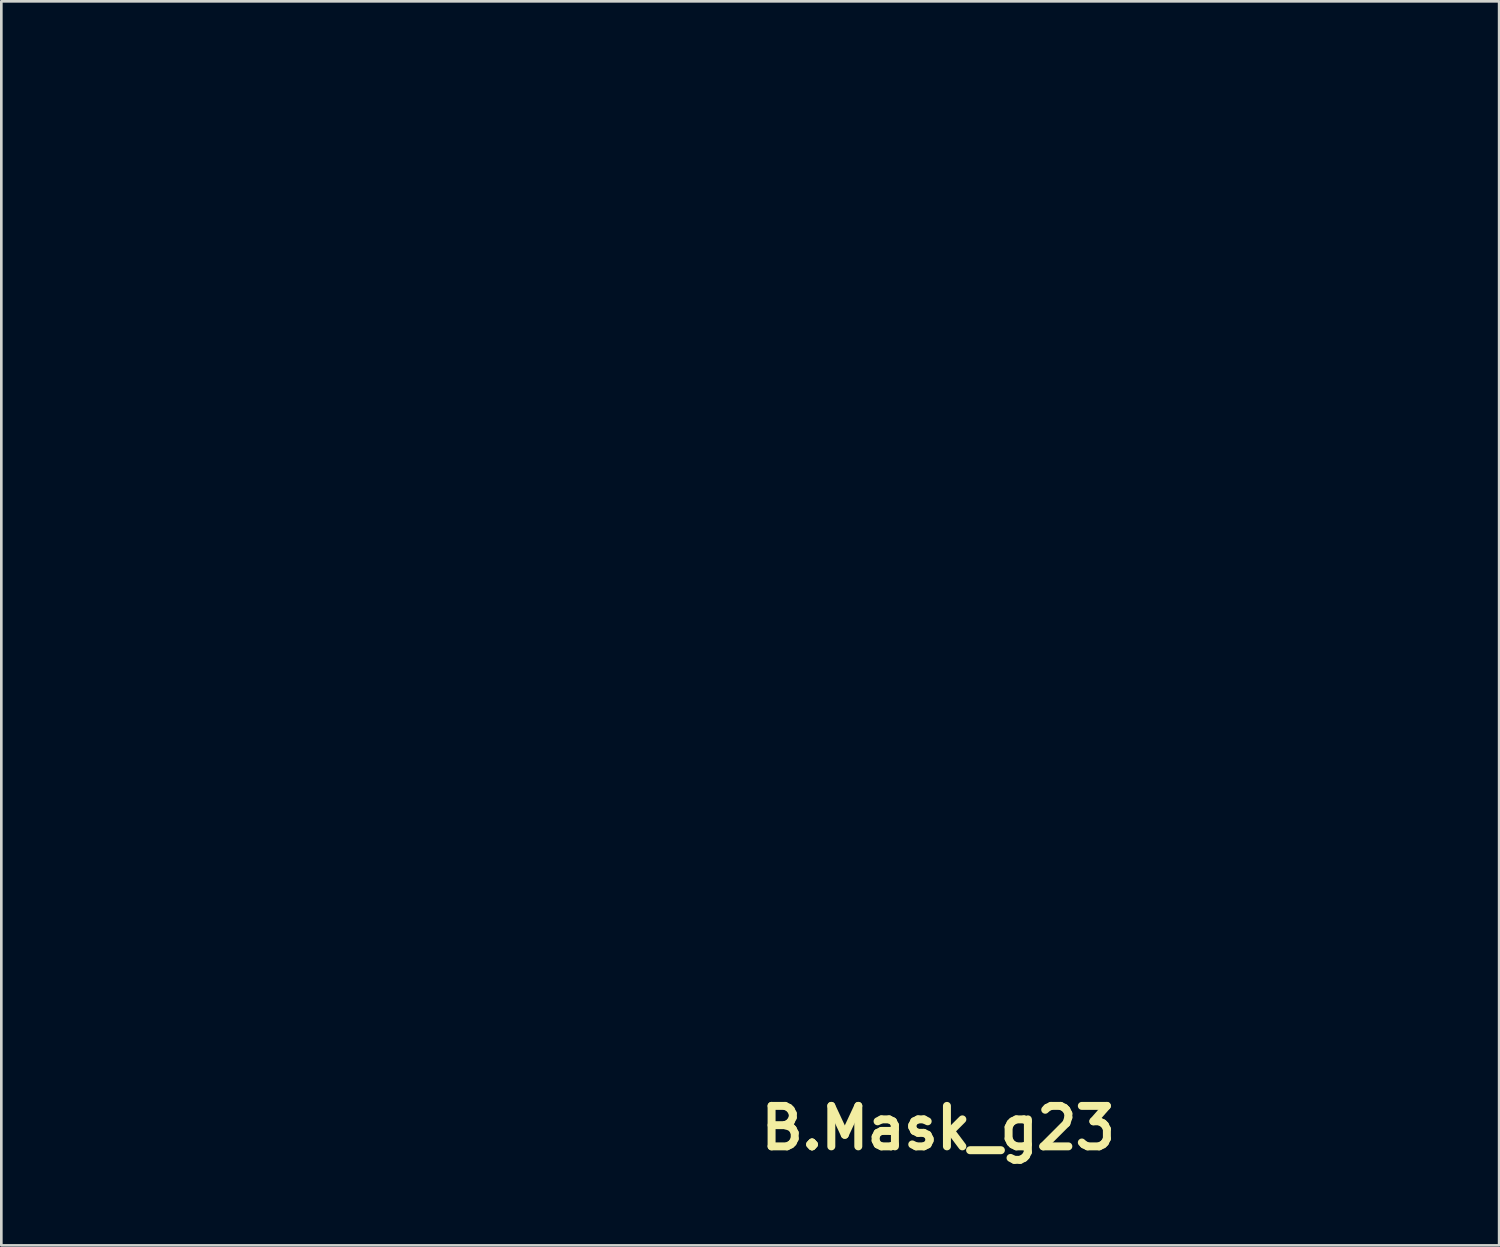
<source format=kicad_pcb>
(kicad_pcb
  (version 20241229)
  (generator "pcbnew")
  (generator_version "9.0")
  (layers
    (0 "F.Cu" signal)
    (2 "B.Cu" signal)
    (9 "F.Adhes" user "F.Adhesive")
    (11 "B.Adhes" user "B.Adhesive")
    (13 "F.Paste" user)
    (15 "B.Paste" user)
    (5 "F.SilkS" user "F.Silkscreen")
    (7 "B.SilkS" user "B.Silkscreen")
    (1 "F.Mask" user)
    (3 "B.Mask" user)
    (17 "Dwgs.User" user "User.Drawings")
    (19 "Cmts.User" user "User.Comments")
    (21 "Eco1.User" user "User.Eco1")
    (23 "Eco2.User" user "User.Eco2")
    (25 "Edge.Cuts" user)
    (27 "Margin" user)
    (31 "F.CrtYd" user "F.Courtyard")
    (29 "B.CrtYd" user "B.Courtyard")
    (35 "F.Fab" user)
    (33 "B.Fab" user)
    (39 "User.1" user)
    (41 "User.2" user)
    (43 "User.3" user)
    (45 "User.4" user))
  (footprint "B.Mask_g23"
    (layer "F.Cu")
    (at 32.285 39.432)
    (property "Reference" "B.Mask_g23" (at 0 0 0) (layer "F.SilkS") (effects (font (size 1.524 1.524) (thickness 0.3))))
    (attr through_hole)
    (fp_poly (pts (xy -24.783 -29.688) (xy -24.69 -29.685) (xy -24.618 -29.68) (xy -24.557 -29.669) (xy -24.495 -29.653) (xy -24.423 -29.63) (xy -24.403 -29.622) (xy -24.211 -29.546) (xy -24.047 -29.456) (xy -23.897 -29.344) (xy -23.773 -29.229) (xy -23.611 -29.046) (xy -23.482 -28.852) (xy -23.385 -28.643) (xy -23.316 -28.415) (xy -23.276 -28.162) (xy -23.261 -27.88) (xy -23.261 -27.849) (xy -23.277 -27.547) (xy -23.326 -27.265) (xy -23.41 -26.995) (xy -23.422 -26.963) (xy -23.558 -26.669) (xy -23.722 -26.4) (xy -23.912 -26.157) (xy -24.125 -25.943) (xy -24.357 -25.76) (xy -24.607 -25.612) (xy -24.872 -25.5) (xy -24.999 -25.461) (xy -25.144 -25.432) (xy -25.308 -25.414) (xy -25.475 -25.408) (xy -25.633 -25.414) (xy -25.766 -25.433) (xy -25.766 -25.433) (xy -26.015 -25.509) (xy -26.24 -25.619) (xy -26.441 -25.764) (xy -26.617 -25.941) (xy -26.767 -26.151) (xy -26.892 -26.393) (xy -26.986 -26.653) (xy -27.019 -26.801) (xy -27.043 -26.978) (xy -27.055 -27.168) (xy -27.055 -27.36) (xy -27.043 -27.541) (xy -27.027 -27.655) (xy -26.948 -27.979) (xy -26.832 -28.287) (xy -26.683 -28.573) (xy -26.502 -28.835) (xy -26.354 -29.005) (xy -26.118 -29.225) (xy -25.869 -29.406) (xy -25.605 -29.547) (xy -25.424 -29.618) (xy -25.343 -29.646) (xy -25.278 -29.665) (xy -25.216 -29.677) (xy -25.149 -29.684) (xy -25.064 -29.687) (xy -24.951 -29.688) (xy -24.907 -29.688) (xy -24.783 -29.688)) (stroke (width 0.01) (type solid)) (fill yes) (layer "B.Mask"))
    (fp_poly (pts (xy -24.367 -33.027) (xy -23.948 -32.987) (xy -23.54 -32.907) (xy -23.145 -32.79) (xy -22.767 -32.635) (xy -22.408 -32.445) (xy -22.068 -32.219) (xy -21.752 -31.959) (xy -21.46 -31.666) (xy -21.399 -31.598) (xy -21.135 -31.26) (xy -20.902 -30.895) (xy -20.701 -30.505) (xy -20.534 -30.094) (xy -20.401 -29.663) (xy -20.304 -29.214) (xy -20.272 -29.008) (xy -20.253 -28.832) (xy -20.238 -28.628) (xy -20.228 -28.408) (xy -20.224 -28.185) (xy -20.225 -27.972) (xy -20.231 -27.78) (xy -20.238 -27.686) (xy -20.286 -27.263) (xy -20.357 -26.859) (xy -20.453 -26.468) (xy -20.577 -26.081) (xy -20.731 -25.689) (xy -20.917 -25.285) (xy -20.965 -25.19) (xy -21.217 -24.736) (xy -21.5 -24.31) (xy -21.813 -23.912) (xy -22.156 -23.544) (xy -22.529 -23.205) (xy -22.931 -22.897) (xy -23.093 -22.787) (xy -23.351 -22.626) (xy -23.625 -22.473) (xy -23.899 -22.336) (xy -24.061 -22.264) (xy -24.267 -22.176) (xy -24.052 -22.15) (xy -23.669 -22.098) (xy -23.289 -22.033) (xy -22.917 -21.957) (xy -22.559 -21.872) (xy -22.219 -21.778) (xy -21.904 -21.679) (xy -21.619 -21.574) (xy -21.369 -21.465) (xy -21.32 -21.442) (xy -21.053 -21.293) (xy -20.824 -21.134) (xy -20.636 -20.965) (xy -20.488 -20.787) (xy -20.38 -20.599) (xy -20.313 -20.402) (xy -20.287 -20.197) (xy -20.299 -19.994) (xy -20.34 -19.827) (xy -20.409 -19.652) (xy -20.5 -19.485) (xy -20.606 -19.337) (xy -20.669 -19.267) (xy -20.828 -19.132) (xy -21.007 -19.019) (xy -21.209 -18.927) (xy -21.436 -18.855) (xy -21.692 -18.803) (xy -21.978 -18.77) (xy -22.298 -18.755) (xy -22.62 -18.757) (xy -22.786 -18.763) (xy -22.944 -18.77) (xy -23.1 -18.78) (xy -23.261 -18.793) (xy -23.432 -18.81) (xy -23.618 -18.832) (xy -23.826 -18.858) (xy -24.063 -18.89) (xy -24.332 -18.929) (xy -24.425 -18.942) (xy -24.75 -18.989) (xy -25.037 -19.03) (xy -25.289 -19.066) (xy -25.509 -19.096) (xy -25.701 -19.121) (xy -25.869 -19.142) (xy -26.014 -19.158) (xy -26.142 -19.171) (xy -26.254 -19.18) (xy -26.355 -19.186) (xy -26.447 -19.189) (xy -26.535 -19.19) (xy -26.62 -19.189) (xy -26.707 -19.185) (xy -26.711 -19.185) (xy -26.901 -19.171) (xy -27.055 -19.146) (xy -27.178 -19.108) (xy -27.275 -19.056) (xy -27.352 -18.988) (xy -27.387 -18.942) (xy -27.425 -18.848) (xy -27.434 -18.725) (xy -27.412 -18.574) (xy -27.36 -18.396) (xy -27.307 -18.257) (xy -27.272 -18.182) (xy -27.238 -18.124) (xy -27.211 -18.094) (xy -27.207 -18.093) (xy -27.177 -18.086) (xy -27.112 -18.073) (xy -27.019 -18.056) (xy -26.903 -18.034) (xy -26.771 -18.011) (xy -26.7 -17.998) (xy -26.334 -17.932) (xy -26.006 -17.873) (xy -25.716 -17.821) (xy -25.46 -17.775) (xy -25.238 -17.734) (xy -25.046 -17.699) (xy -24.883 -17.669) (xy -24.746 -17.643) (xy -24.633 -17.622) (xy -24.543 -17.604) (xy -24.473 -17.589) (xy -24.421 -17.578) (xy -24.385 -17.569) (xy -24.367 -17.564) (xy -24.197 -17.487) (xy -24.049 -17.378) (xy -23.926 -17.241) (xy -23.831 -17.082) (xy -23.769 -16.906) (xy -23.743 -16.719) (xy -23.743 -16.69) (xy -23.746 -16.648) (xy -23.756 -16.572) (xy -23.773 -16.459) (xy -23.797 -16.311) (xy -23.827 -16.127) (xy -23.865 -15.905) (xy -23.909 -15.646) (xy -23.961 -15.348) (xy -24.02 -15.012) (xy -24.087 -14.636) (xy -24.161 -14.22) (xy -24.243 -13.764) (xy -24.267 -13.631) (xy -24.791 -10.72) (xy -24.893 -10.462) (xy -24.935 -10.358) (xy -24.974 -10.261) (xy -25.006 -10.182) (xy -25.028 -10.131) (xy -25.029 -10.128) (xy -25.063 -10.052) (xy -24.807 -9.916) (xy -24.199 -9.614) (xy -23.583 -9.351) (xy -22.96 -9.127) (xy -22.331 -8.941) (xy -21.698 -8.795) (xy -21.062 -8.689) (xy -20.426 -8.622) (xy -19.791 -8.595) (xy -19.157 -8.609) (xy -18.528 -8.662) (xy -17.904 -8.756) (xy -17.287 -8.89) (xy -17.037 -8.957) (xy -16.739 -9.045) (xy -16.453 -9.139) (xy -16.172 -9.241) (xy -15.89 -9.355) (xy -15.599 -9.482) (xy -15.295 -9.626) (xy -14.969 -9.789) (xy -14.619 -9.973) (xy -14.205 -10.192) (xy -13.817 -10.39) (xy -13.45 -10.571) (xy -13.095 -10.738) (xy -12.745 -10.894) (xy -12.394 -11.043) (xy -12.155 -11.141) (xy -11.585 -11.356) (xy -11.032 -11.54) (xy -10.497 -11.692) (xy -9.982 -11.811) (xy -9.486 -11.898) (xy -9.011 -11.954) (xy -8.557 -11.976) (xy -8.126 -11.967) (xy -7.717 -11.925) (xy -7.333 -11.85) (xy -6.972 -11.743) (xy -6.638 -11.603) (xy -6.599 -11.584) (xy -6.295 -11.409) (xy -6.019 -11.204) (xy -5.772 -10.971) (xy -5.556 -10.711) (xy -5.374 -10.426) (xy -5.346 -10.374) (xy -5.27 -10.23) (xy -5.125 -10.227) (xy -4.962 -10.205) (xy -4.815 -10.147) (xy -4.688 -10.06) (xy -4.584 -9.948) (xy -4.506 -9.816) (xy -4.457 -9.67) (xy -4.441 -9.513) (xy -4.461 -9.352) (xy -4.488 -9.264) (xy -4.557 -9.135) (xy -4.657 -9.018) (xy -4.777 -8.924) (xy -4.88 -8.872) (xy -5.018 -8.839) (xy -5.168 -8.832) (xy -5.315 -8.852) (xy -5.444 -8.898) (xy -5.554 -8.972) (xy -5.658 -9.073) (xy -5.741 -9.185) (xy -5.773 -9.245) (xy -5.818 -9.397) (xy -5.827 -9.555) (xy -5.801 -9.712) (xy -5.742 -9.859) (xy -5.654 -9.989) (xy -5.548 -10.087) (xy -5.452 -10.156) (xy -5.518 -10.274) (xy -5.704 -10.563) (xy -5.919 -10.824) (xy -6.161 -11.054) (xy -6.43 -11.252) (xy -6.688 -11.399) (xy -7.008 -11.536) (xy -7.355 -11.642) (xy -7.727 -11.715) (xy -8.124 -11.757) (xy -8.544 -11.767) (xy -8.987 -11.745) (xy -9.452 -11.691) (xy -9.937 -11.606) (xy -10.443 -11.489) (xy -10.968 -11.34) (xy -11.339 -11.22) (xy -11.721 -11.084) (xy -12.111 -10.933) (xy -12.512 -10.766) (xy -12.929 -10.581) (xy -13.364 -10.377) (xy -13.821 -10.152) (xy -14.305 -9.903) (xy -14.745 -9.67) (xy -14.887 -9.594) (xy -15.036 -9.517) (xy -15.181 -9.444) (xy -15.311 -9.38) (xy -15.417 -9.329) (xy -15.437 -9.32) (xy -16.056 -9.064) (xy -16.681 -8.848) (xy -17.312 -8.674) (xy -17.948 -8.542) (xy -18.589 -8.45) (xy -19.234 -8.401) (xy -19.882 -8.392) (xy -20.533 -8.426) (xy -21.186 -8.5) (xy -21.84 -8.617) (xy -22.494 -8.775) (xy -23.124 -8.966) (xy -23.471 -9.087) (xy -23.791 -9.209) (xy -24.1 -9.339) (xy -24.412 -9.483) (xy -24.707 -9.628) (xy -24.832 -9.692) (xy -24.944 -9.748) (xy -25.038 -9.795) (xy -25.108 -9.829) (xy -25.149 -9.849) (xy -25.159 -9.852) (xy -25.188 -9.803) (xy -25.237 -9.728) (xy -25.3 -9.636) (xy -25.372 -9.534) (xy -25.448 -9.43) (xy -25.521 -9.332) (xy -25.586 -9.249) (xy -25.638 -9.187) (xy -25.905 -8.913) (xy -26.201 -8.669) (xy -26.52 -8.456) (xy -26.859 -8.275) (xy -27.215 -8.128) (xy -27.582 -8.018) (xy -27.959 -7.945) (xy -28.339 -7.912) (xy -28.509 -7.91) (xy -28.607 -7.913) (xy -28.696 -7.916) (xy -28.763 -7.919) (xy -28.787 -7.921) (xy -28.972 -7.945) (xy -29.127 -7.969) (xy -29.266 -7.996) (xy -29.396 -8.026) (xy -29.772 -8.142) (xy -30.131 -8.294) (xy -30.471 -8.482) (xy -30.788 -8.702) (xy -31.081 -8.954) (xy -31.347 -9.234) (xy -31.585 -9.54) (xy -31.791 -9.872) (xy -31.965 -10.225) (xy -32.066 -10.49) (xy -32.151 -10.762) (xy -32.212 -11.029) (xy -32.253 -11.302) (xy -32.275 -11.593) (xy -32.28 -11.842) (xy -32.28 -12.15) (xy -31.755 -15.066) (xy -31.68 -15.482) (xy -31.612 -15.859) (xy -31.551 -16.199) (xy -31.496 -16.504) (xy -31.446 -16.775) (xy -31.402 -17.016) (xy -31.362 -17.228) (xy -31.327 -17.414) (xy -31.295 -17.574) (xy -31.266 -17.712) (xy -31.241 -17.829) (xy -31.217 -17.928) (xy -31.195 -18.01) (xy -31.175 -18.078) (xy -31.155 -18.133) (xy -31.136 -18.178) (xy -31.117 -18.215) (xy -31.097 -18.246) (xy -31.076 -18.273) (xy -31.053 -18.297) (xy -31.028 -18.322) (xy -31.001 -18.349) (xy -30.991 -18.359) (xy -30.889 -18.448) (xy -30.777 -18.522) (xy -30.744 -18.539) (xy -30.638 -18.58) (xy -30.519 -18.613) (xy -30.402 -18.634) (xy -30.301 -18.64) (xy -30.259 -18.636) (xy -30.227 -18.631) (xy -30.158 -18.618) (xy -30.055 -18.6) (xy -29.921 -18.576) (xy -29.761 -18.547) (xy -29.578 -18.513) (xy -29.376 -18.477) (xy -29.158 -18.437) (xy -28.928 -18.395) (xy -28.867 -18.384) (xy -28.636 -18.342) (xy -28.417 -18.303) (xy -28.214 -18.266) (xy -28.029 -18.233) (xy -27.867 -18.204) (xy -27.731 -18.18) (xy -27.624 -18.161) (xy -27.551 -18.149) (xy -27.514 -18.143) (xy -27.511 -18.143) (xy -27.497 -18.151) (xy -27.5 -18.18) (xy -27.52 -18.237) (xy -27.531 -18.263) (xy -27.6 -18.468) (xy -27.634 -18.655) (xy -27.632 -18.822) (xy -27.594 -18.97) (xy -27.569 -19.023) (xy -27.504 -19.118) (xy -27.417 -19.198) (xy -27.308 -19.263) (xy -27.175 -19.314) (xy -27.015 -19.35) (xy -26.826 -19.372) (xy -26.608 -19.38) (xy -26.357 -19.375) (xy -26.073 -19.356) (xy -25.753 -19.323) (xy -25.395 -19.278) (xy -25.306 -19.265) (xy -25.19 -19.248) (xy -25.042 -19.227) (xy -24.871 -19.203) (xy -24.687 -19.176) (xy -24.499 -19.149) (xy -24.315 -19.122) (xy -24.299 -19.12) (xy -23.892 -19.064) (xy -23.523 -19.018) (xy -23.188 -18.983) (xy -22.885 -18.959) (xy -22.61 -18.945) (xy -22.36 -18.941) (xy -22.133 -18.948) (xy -21.924 -18.965) (xy -21.732 -18.991) (xy -21.553 -19.028) (xy -21.522 -19.036) (xy -21.283 -19.11) (xy -21.08 -19.204) (xy -20.908 -19.32) (xy -20.764 -19.461) (xy -20.646 -19.629) (xy -20.601 -19.713) (xy -20.502 -19.911) (xy -20.502 -20.154) (xy -20.503 -20.261) (xy -20.506 -20.337) (xy -20.515 -20.395) (xy -20.53 -20.446) (xy -20.554 -20.502) (xy -20.573 -20.542) (xy -20.646 -20.661) (xy -20.748 -20.788) (xy -20.87 -20.912) (xy -21.004 -21.023) (xy -21.079 -21.077) (xy -21.318 -21.216) (xy -21.597 -21.347) (xy -21.915 -21.469) (xy -22.269 -21.583) (xy -22.659 -21.687) (xy -23.083 -21.782) (xy -23.54 -21.866) (xy -24.029 -21.94) (xy -24.447 -21.992) (xy -24.566 -22.005) (xy -24.655 -22.013) (xy -24.725 -22.015) (xy -24.787 -22.012) (xy -24.853 -22.002) (xy -24.933 -21.987) (xy -24.951 -21.983) (xy -25.138 -21.948) (xy -25.303 -21.922) (xy -25.46 -21.905) (xy -25.623 -21.895) (xy -25.807 -21.891) (xy -25.903 -21.89) (xy -26.07 -21.892) (xy -26.207 -21.896) (xy -26.327 -21.905) (xy -26.442 -21.918) (xy -26.562 -21.937) (xy -26.977 -22.03) (xy -27.374 -22.16) (xy -27.751 -22.326) (xy -28.107 -22.529) (xy -28.442 -22.767) (xy -28.752 -23.038) (xy -29.05 -23.355) (xy -29.314 -23.696) (xy -29.543 -24.061) (xy -29.738 -24.449) (xy -29.899 -24.862) (xy -30.025 -25.298) (xy -30.116 -25.757) (xy -30.131 -25.858) (xy -30.148 -26.008) (xy -30.161 -26.187) (xy -30.171 -26.387) (xy -30.176 -26.596) (xy -30.177 -26.629) (xy -28.69 -26.629) (xy -28.663 -26.178) (xy -28.618 -25.851) (xy -28.552 -25.563) (xy -28.453 -25.267) (xy -28.328 -24.977) (xy -28.181 -24.703) (xy -28.112 -24.594) (xy -28.012 -24.458) (xy -27.89 -24.312) (xy -27.755 -24.168) (xy -27.616 -24.033) (xy -27.481 -23.917) (xy -27.376 -23.841) (xy -27.093 -23.676) (xy -26.795 -23.545) (xy -26.49 -23.45) (xy -26.335 -23.418) (xy -26.197 -23.401) (xy -26.03 -23.393) (xy -25.846 -23.392) (xy -25.657 -23.399) (xy -25.473 -23.413) (xy -25.308 -23.434) (xy -25.19 -23.456) (xy -24.862 -23.549) (xy -24.551 -23.668) (xy -24.366 -23.755) (xy -24.012 -23.954) (xy -23.674 -24.189) (xy -23.356 -24.458) (xy -23.059 -24.757) (xy -22.785 -25.083) (xy -22.537 -25.434) (xy -22.316 -25.806) (xy -22.126 -26.196) (xy -21.967 -26.602) (xy -21.842 -27.02) (xy -21.768 -27.361) (xy -21.753 -27.452) (xy -21.741 -27.535) (xy -21.732 -27.619) (xy -21.726 -27.71) (xy -21.722 -27.816) (xy -21.72 -27.947) (xy -21.72 -28.108) (xy -21.719 -28.179) (xy -21.72 -28.354) (xy -21.721 -28.495) (xy -21.724 -28.61) (xy -21.73 -28.705) (xy -21.737 -28.789) (xy -21.748 -28.87) (xy -21.762 -28.955) (xy -21.767 -28.987) (xy -21.853 -29.354) (xy -21.97 -29.699) (xy -22.117 -30.02) (xy -22.292 -30.315) (xy -22.495 -30.582) (xy -22.723 -30.82) (xy -22.976 -31.027) (xy -23.252 -31.202) (xy -23.549 -31.342) (xy -23.858 -31.445) (xy -23.946 -31.468) (xy -24.019 -31.485) (xy -24.086 -31.497) (xy -24.155 -31.505) (xy -24.235 -31.509) (xy -24.337 -31.511) (xy -24.467 -31.512) (xy -24.53 -31.512) (xy -24.686 -31.511) (xy -24.81 -31.508) (xy -24.911 -31.503) (xy -24.997 -31.495) (xy -25.078 -31.482) (xy -25.162 -31.466) (xy -25.513 -31.369) (xy -25.862 -31.232) (xy -26.205 -31.057) (xy -26.54 -30.844) (xy -26.864 -30.596) (xy -27.174 -30.315) (xy -27.21 -30.279) (xy -27.518 -29.941) (xy -27.792 -29.58) (xy -28.031 -29.199) (xy -28.234 -28.799) (xy -28.401 -28.385) (xy -28.531 -27.959) (xy -28.623 -27.522) (xy -28.676 -27.078) (xy -28.69 -26.629) (xy -30.177 -26.629) (xy -30.178 -26.802) (xy -30.175 -26.995) (xy -30.168 -27.164) (xy -30.164 -27.225) (xy -30.098 -27.749) (xy -29.993 -28.262) (xy -29.85 -28.762) (xy -29.669 -29.247) (xy -29.452 -29.714) (xy -29.199 -30.163) (xy -28.911 -30.59) (xy -28.589 -30.993) (xy -28.268 -31.339) (xy -27.913 -31.67) (xy -27.542 -31.967) (xy -27.159 -32.23) (xy -26.765 -32.458) (xy -26.364 -32.648) (xy -25.955 -32.802) (xy -25.543 -32.917) (xy -25.128 -32.993) (xy -24.714 -33.028) (xy -24.367 -33.027)) (stroke (width 0.01) (type solid)) (fill yes) (layer "B.Mask"))
    (fp_poly (pts (xy 9.028 -39.415) (xy 9.031 -39.414) (xy 9.057 -39.4) (xy 9.076 -39.382) (xy 9.087 -39.356) (xy 9.089 -39.321) (xy 9.082 -39.273) (xy 9.063 -39.21) (xy 9.033 -39.127) (xy 8.989 -39.023) (xy 8.932 -38.894) (xy 8.86 -38.738) (xy 8.771 -38.551) (xy 8.666 -38.331) (xy 8.615 -38.226) (xy 8.49 -37.967) (xy 8.384 -37.741) (xy 8.294 -37.547) (xy 8.22 -37.379) (xy 8.161 -37.235) (xy 8.116 -37.111) (xy 8.084 -37.003) (xy 8.063 -36.908) (xy 8.054 -36.823) (xy 8.054 -36.744) (xy 8.064 -36.667) (xy 8.081 -36.589) (xy 8.105 -36.507) (xy 8.118 -36.468) (xy 8.164 -36.344) (xy 8.214 -36.235) (xy 8.273 -36.138) (xy 8.344 -36.049) (xy 8.433 -35.964) (xy 8.541 -35.881) (xy 8.675 -35.795) (xy 8.837 -35.702) (xy 9.032 -35.6) (xy 9.168 -35.532) (xy 9.349 -35.444) (xy 9.499 -35.374) (xy 9.623 -35.32) (xy 9.729 -35.281) (xy 9.823 -35.254) (xy 9.909 -35.237) (xy 9.995 -35.229) (xy 10.078 -35.227) (xy 10.262 -35.242) (xy 10.446 -35.284) (xy 10.616 -35.35) (xy 10.743 -35.423) (xy 10.794 -35.463) (xy 10.845 -35.513) (xy 10.899 -35.577) (xy 10.956 -35.657) (xy 11.02 -35.757) (xy 11.092 -35.879) (xy 11.174 -36.028) (xy 11.268 -36.205) (xy 11.376 -36.415) (xy 11.482 -36.625) (xy 11.568 -36.796) (xy 11.65 -36.958) (xy 11.726 -37.108) (xy 11.793 -37.24) (xy 11.849 -37.35) (xy 11.893 -37.434) (xy 11.92 -37.486) (xy 11.926 -37.496) (xy 12.011 -37.644) (xy 12.079 -37.758) (xy 12.132 -37.841) (xy 12.172 -37.898) (xy 12.202 -37.93) (xy 12.224 -37.942) (xy 12.227 -37.943) (xy 12.279 -37.923) (xy 12.344 -37.863) (xy 12.42 -37.765) (xy 12.507 -37.629) (xy 12.591 -37.481) (xy 12.73 -37.19) (xy 12.849 -36.871) (xy 12.944 -36.536) (xy 13.011 -36.196) (xy 13.016 -36.16) (xy 13.037 -35.951) (xy 13.044 -35.717) (xy 13.039 -35.473) (xy 13.02 -35.232) (xy 12.99 -35.011) (xy 12.975 -34.931) (xy 12.872 -34.543) (xy 12.73 -34.17) (xy 12.551 -33.815) (xy 12.336 -33.481) (xy 12.087 -33.168) (xy 11.853 -32.926) (xy 11.704 -32.789) (xy 11.563 -32.672) (xy 11.422 -32.569) (xy 11.274 -32.477) (xy 11.114 -32.392) (xy 10.933 -32.31) (xy 10.724 -32.226) (xy 10.498 -32.143) (xy 10.243 -32.052) (xy 10.026 -31.972) (xy 9.843 -31.902) (xy 9.691 -31.84) (xy 9.567 -31.786) (xy 9.468 -31.737) (xy 9.39 -31.694) (xy 9.369 -31.68) (xy 9.246 -31.589) (xy 9.12 -31.482) (xy 9.001 -31.366) (xy 8.899 -31.251) (xy 8.822 -31.147) (xy 8.809 -31.127) (xy 8.739 -31.002) (xy 8.653 -30.842) (xy 8.553 -30.65) (xy 8.441 -30.43) (xy 8.318 -30.184) (xy 8.187 -29.917) (xy 8.048 -29.631) (xy 7.904 -29.329) (xy 7.896 -29.313) (xy 7.488 -28.455) (xy 7.608 -28.349) (xy 7.916 -28.064) (xy 8.198 -27.767) (xy 8.459 -27.456) (xy 8.7 -27.125) (xy 8.923 -26.771) (xy 9.131 -26.391) (xy 9.327 -25.981) (xy 9.512 -25.537) (xy 9.689 -25.055) (xy 9.7 -25.022) (xy 9.728 -24.937) (xy 9.766 -24.816) (xy 9.811 -24.665) (xy 9.864 -24.488) (xy 9.922 -24.291) (xy 9.983 -24.078) (xy 10.047 -23.856) (xy 10.111 -23.627) (xy 10.152 -23.481) (xy 10.25 -23.131) (xy 10.339 -22.818) (xy 10.42 -22.539) (xy 10.494 -22.29) (xy 10.563 -22.068) (xy 10.627 -21.87) (xy 10.687 -21.691) (xy 10.746 -21.529) (xy 10.803 -21.379) (xy 10.861 -21.239) (xy 10.92 -21.105) (xy 10.981 -20.974) (xy 11.037 -20.861) (xy 11.162 -20.612) (xy 11.206 -20.683) (xy 11.229 -20.725) (xy 11.267 -20.798) (xy 11.319 -20.9) (xy 11.383 -21.026) (xy 11.457 -21.173) (xy 11.538 -21.337) (xy 11.627 -21.515) (xy 11.719 -21.704) (xy 11.815 -21.898) (xy 11.912 -22.096) (xy 12.008 -22.293) (xy 12.102 -22.486) (xy 12.191 -22.671) (xy 12.275 -22.845) (xy 12.351 -23.003) (xy 12.418 -23.143) (xy 12.473 -23.26) (xy 12.515 -23.352) (xy 12.543 -23.414) (xy 12.554 -23.443) (xy 12.554 -23.444) (xy 12.533 -23.443) (xy 12.479 -23.436) (xy 12.4 -23.423) (xy 12.31 -23.408) (xy 11.961 -23.336) (xy 11.6 -23.239) (xy 11.46 -23.196) (xy 11.345 -23.161) (xy 11.261 -23.142) (xy 11.202 -23.138) (xy 11.162 -23.148) (xy 11.133 -23.171) (xy 11.12 -23.2) (xy 11.1 -23.265) (xy 11.073 -23.36) (xy 11.04 -23.48) (xy 11.005 -23.619) (xy 10.967 -23.773) (xy 10.95 -23.841) (xy 10.906 -24.028) (xy 10.872 -24.177) (xy 10.846 -24.294) (xy 10.829 -24.382) (xy 10.82 -24.445) (xy 10.817 -24.487) (xy 10.82 -24.512) (xy 10.822 -24.517) (xy 10.854 -24.544) (xy 10.923 -24.578) (xy 11.022 -24.616) (xy 11.147 -24.657) (xy 11.292 -24.7) (xy 11.452 -24.744) (xy 11.623 -24.788) (xy 11.798 -24.828) (xy 11.973 -24.866) (xy 12.143 -24.898) (xy 12.302 -24.923) (xy 12.33 -24.927) (xy 12.84 -24.977) (xy 13.351 -24.988) (xy 13.858 -24.959) (xy 14.358 -24.891) (xy 14.848 -24.785) (xy 15.325 -24.642) (xy 15.785 -24.461) (xy 15.805 -24.452) (xy 16.127 -24.286) (xy 16.438 -24.083) (xy 16.732 -23.847) (xy 17.005 -23.584) (xy 17.252 -23.296) (xy 17.469 -22.989) (xy 17.574 -22.813) (xy 17.61 -22.742) (xy 17.656 -22.646) (xy 17.703 -22.539) (xy 17.734 -22.465) (xy 17.852 -22.167) (xy 17.946 -21.901) (xy 18.02 -21.662) (xy 18.072 -21.448) (xy 18.104 -21.253) (xy 18.117 -21.076) (xy 18.111 -20.912) (xy 18.094 -20.788) (xy 18.064 -20.665) (xy 18.026 -20.581) (xy 17.98 -20.532) (xy 17.921 -20.513) (xy 17.911 -20.513) (xy 17.882 -20.514) (xy 17.859 -20.522) (xy 17.836 -20.541) (xy 17.81 -20.579) (xy 17.775 -20.639) (xy 17.728 -20.728) (xy 17.698 -20.786) (xy 17.478 -21.166) (xy 17.222 -21.526) (xy 16.932 -21.864) (xy 16.825 -21.974) (xy 16.722 -22.075) (xy 16.642 -22.148) (xy 16.577 -22.199) (xy 16.523 -22.231) (xy 16.473 -22.248) (xy 16.42 -22.254) (xy 16.404 -22.254) (xy 16.344 -22.251) (xy 16.293 -22.239) (xy 16.248 -22.215) (xy 16.204 -22.173) (xy 16.157 -22.109) (xy 16.105 -22.019) (xy 16.042 -21.898) (xy 15.986 -21.786) (xy 15.946 -21.705) (xy 15.889 -21.589) (xy 15.818 -21.444) (xy 15.734 -21.274) (xy 15.639 -21.081) (xy 15.535 -20.871) (xy 15.424 -20.646) (xy 15.309 -20.412) (xy 15.19 -20.172) (xy 15.079 -19.947) (xy 14.944 -19.674) (xy 14.827 -19.436) (xy 14.727 -19.23) (xy 14.641 -19.054) (xy 14.569 -18.906) (xy 14.511 -18.782) (xy 14.463 -18.681) (xy 14.427 -18.599) (xy 14.399 -18.534) (xy 14.38 -18.483) (xy 14.367 -18.444) (xy 14.36 -18.415) (xy 14.358 -18.393) (xy 14.358 -18.391) (xy 14.373 -18.285) (xy 14.422 -18.201) (xy 14.506 -18.138) (xy 14.626 -18.096) (xy 14.71 -18.081) (xy 14.974 -18.06) (xy 15.257 -18.064) (xy 15.548 -18.092) (xy 15.831 -18.143) (xy 15.915 -18.163) (xy 16.023 -18.186) (xy 16.105 -18.191) (xy 16.177 -18.178) (xy 16.25 -18.146) (xy 16.25 -18.145) (xy 16.312 -18.091) (xy 16.357 -18.009) (xy 16.379 -17.91) (xy 16.381 -17.876) (xy 16.373 -17.795) (xy 16.347 -17.726) (xy 16.297 -17.663) (xy 16.218 -17.599) (xy 16.105 -17.529) (xy 16.098 -17.524) (xy 15.784 -17.361) (xy 15.458 -17.225) (xy 15.125 -17.115) (xy 14.791 -17.035) (xy 14.46 -16.984) (xy 14.14 -16.964) (xy 13.835 -16.977) (xy 13.665 -17) (xy 13.498 -17.034) (xy 13.312 -17.08) (xy 13.117 -17.136) (xy 12.92 -17.198) (xy 12.732 -17.263) (xy 12.562 -17.329) (xy 12.419 -17.391) (xy 12.355 -17.424) (xy 12.232 -17.495) (xy 12.087 -17.585) (xy 11.93 -17.688) (xy 11.771 -17.796) (xy 11.621 -17.903) (xy 11.489 -18.001) (xy 11.452 -18.03) (xy 11.349 -18.117) (xy 11.226 -18.229) (xy 11.091 -18.358) (xy 10.951 -18.497) (xy 10.813 -18.638) (xy 10.684 -18.774) (xy 10.572 -18.898) (xy 10.485 -19.002) (xy 10.484 -19.003) (xy 10.314 -19.226) (xy 10.155 -19.451) (xy 10.133 -19.485) (xy 12.018 -19.485) (xy 12.035 -19.46) (xy 12.08 -19.414) (xy 12.148 -19.353) (xy 12.235 -19.28) (xy 12.335 -19.2) (xy 12.443 -19.117) (xy 12.553 -19.034) (xy 12.66 -18.957) (xy 12.76 -18.889) (xy 12.793 -18.867) (xy 12.898 -18.802) (xy 12.998 -18.741) (xy 13.089 -18.69) (xy 13.162 -18.651) (xy 13.21 -18.629) (xy 13.224 -18.626) (xy 13.237 -18.644) (xy 13.267 -18.697) (xy 13.311 -18.781) (xy 13.369 -18.893) (xy 13.439 -19.029) (xy 13.519 -19.187) (xy 13.607 -19.364) (xy 13.702 -19.555) (xy 13.802 -19.758) (xy 13.805 -19.763) (xy 13.927 -20.011) (xy 14.061 -20.283) (xy 14.202 -20.571) (xy 14.347 -20.865) (xy 14.491 -21.157) (xy 14.629 -21.439) (xy 14.758 -21.7) (xy 14.873 -21.934) (xy 14.879 -21.946) (xy 15.394 -22.991) (xy 15.233 -23.066) (xy 15.11 -23.118) (xy 14.958 -23.175) (xy 14.786 -23.233) (xy 14.607 -23.29) (xy 14.43 -23.341) (xy 14.267 -23.384) (xy 14.213 -23.396) (xy 14.117 -23.417) (xy 14.037 -23.433) (xy 13.981 -23.443) (xy 13.958 -23.445) (xy 13.958 -23.445) (xy 13.947 -23.425) (xy 13.92 -23.37) (xy 13.876 -23.283) (xy 13.819 -23.168) (xy 13.75 -23.027) (xy 13.669 -22.864) (xy 13.579 -22.681) (xy 13.481 -22.482) (xy 13.377 -22.269) (xy 13.267 -22.045) (xy 13.154 -21.814) (xy 13.038 -21.579) (xy 12.922 -21.342) (xy 12.807 -21.107) (xy 12.694 -20.876) (xy 12.585 -20.653) (xy 12.481 -20.441) (xy 12.384 -20.242) (xy 12.296 -20.06) (xy 12.217 -19.897) (xy 12.149 -19.757) (xy 12.093 -19.643) (xy 12.052 -19.558) (xy 12.027 -19.504) (xy 12.018 -19.485) (xy 10.133 -19.485) (xy 10.006 -19.683) (xy 9.866 -19.924) (xy 9.732 -20.178) (xy 9.604 -20.449) (xy 9.481 -20.739) (xy 9.36 -21.051) (xy 9.24 -21.39) (xy 9.12 -21.759) (xy 8.998 -22.16) (xy 8.874 -22.598) (xy 8.798 -22.873) (xy 8.696 -23.247) (xy 8.602 -23.584) (xy 8.515 -23.887) (xy 8.433 -24.159) (xy 8.356 -24.405) (xy 8.283 -24.627) (xy 8.211 -24.83) (xy 8.142 -25.017) (xy 8.072 -25.191) (xy 8.05 -25.243) (xy 7.875 -25.624) (xy 7.691 -25.969) (xy 7.494 -26.279) (xy 7.322 -26.512) (xy 7.255 -26.593) (xy 7.179 -26.682) (xy 7.099 -26.773) (xy 7.02 -26.86) (xy 6.947 -26.937) (xy 6.885 -27) (xy 6.84 -27.042) (xy 6.817 -27.057) (xy 6.817 -27.057) (xy 6.806 -27.038) (xy 6.779 -26.985) (xy 6.735 -26.898) (xy 6.677 -26.78) (xy 6.606 -26.635) (xy 6.523 -26.464) (xy 6.429 -26.27) (xy 6.325 -26.056) (xy 6.212 -25.823) (xy 6.093 -25.575) (xy 5.967 -25.313) (xy 5.842 -25.052) (xy 5.671 -24.695) (xy 5.518 -24.375) (xy 5.383 -24.091) (xy 5.266 -23.842) (xy 5.166 -23.628) (xy 5.082 -23.447) (xy 5.015 -23.3) (xy 4.964 -23.185) (xy 4.928 -23.102) (xy 4.908 -23.049) (xy 4.903 -23.027) (xy 4.904 -23.026) (xy 4.932 -23.018) (xy 4.996 -23.01) (xy 5.09 -23.004) (xy 5.207 -22.999) (xy 5.341 -22.995) (xy 5.485 -22.992) (xy 5.634 -22.991) (xy 5.781 -22.991) (xy 5.919 -22.993) (xy 6.044 -22.996) (xy 6.147 -23.001) (xy 6.221 -23.007) (xy 6.467 -23.044) (xy 6.733 -23.094) (xy 7.003 -23.155) (xy 7.26 -23.223) (xy 7.352 -23.251) (xy 7.464 -23.285) (xy 7.565 -23.315) (xy 7.648 -23.339) (xy 7.703 -23.354) (xy 7.719 -23.358) (xy 7.749 -23.362) (xy 7.775 -23.359) (xy 7.798 -23.345) (xy 7.82 -23.316) (xy 7.843 -23.269) (xy 7.867 -23.199) (xy 7.895 -23.102) (xy 7.928 -22.976) (xy 7.967 -22.815) (xy 8.004 -22.664) (xy 8.047 -22.484) (xy 8.081 -22.339) (xy 8.107 -22.227) (xy 8.125 -22.142) (xy 8.136 -22.079) (xy 8.141 -22.035) (xy 8.141 -22.005) (xy 8.136 -21.984) (xy 8.128 -21.968) (xy 8.09 -21.938) (xy 8.016 -21.902) (xy 7.91 -21.862) (xy 7.777 -21.819) (xy 7.622 -21.774) (xy 7.449 -21.729) (xy 7.264 -21.684) (xy 7.071 -21.641) (xy 6.875 -21.601) (xy 6.681 -21.566) (xy 6.493 -21.536) (xy 6.424 -21.527) (xy 6.291 -21.512) (xy 6.142 -21.501) (xy 5.969 -21.495) (xy 5.765 -21.491) (xy 5.642 -21.491) (xy 5.399 -21.493) (xy 5.186 -21.501) (xy 4.994 -21.514) (xy 4.811 -21.535) (xy 4.626 -21.563) (xy 4.429 -21.601) (xy 4.426 -21.601) (xy 4.242 -21.639) (xy 3.978 -21.129) (xy 3.881 -20.935) (xy 3.776 -20.716) (xy 3.665 -20.477) (xy 3.551 -20.226) (xy 3.437 -19.967) (xy 3.325 -19.706) (xy 3.218 -19.451) (xy 3.118 -19.207) (xy 3.029 -18.979) (xy 2.952 -18.776) (xy 2.891 -18.601) (xy 2.874 -18.551) (xy 2.847 -18.461) (xy 2.829 -18.387) (xy 2.818 -18.315) (xy 2.812 -18.231) (xy 2.811 -18.122) (xy 2.811 -18.082) (xy 2.816 -17.877) (xy 2.836 -17.696) (xy 2.872 -17.522) (xy 2.927 -17.338) (xy 2.949 -17.277) (xy 3.05 -16.971) (xy 3.129 -16.679) (xy 3.185 -16.409) (xy 3.198 -16.325) (xy 3.218 -16.137) (xy 3.227 -15.924) (xy 3.227 -15.7) (xy 3.218 -15.477) (xy 3.199 -15.269) (xy 3.172 -15.088) (xy 3.169 -15.073) (xy 3.076 -14.711) (xy 2.947 -14.351) (xy 2.786 -14.007) (xy 2.673 -13.806) (xy 2.48 -13.522) (xy 2.255 -13.251) (xy 2.005 -12.998) (xy 1.736 -12.77) (xy 1.455 -12.574) (xy 1.201 -12.43) (xy 1.068 -12.369) (xy 0.917 -12.309) (xy 0.754 -12.252) (xy 0.585 -12.199) (xy 0.416 -12.151) (xy 0.253 -12.112) (xy 0.103 -12.081) (xy -0.029 -12.061) (xy -0.136 -12.053) (xy -0.211 -12.058) (xy -0.226 -12.063) (xy -0.272 -12.099) (xy -0.286 -12.164) (xy -0.269 -12.256) (xy -0.25 -12.307) (xy -0.227 -12.361) (xy -0.19 -12.446) (xy -0.14 -12.554) (xy -0.083 -12.678) (xy -0.021 -12.81) (xy 0.006 -12.868) (xy 0.132 -13.133) (xy 0.241 -13.364) (xy 0.335 -13.562) (xy 0.414 -13.732) (xy 0.481 -13.876) (xy 0.537 -13.997) (xy 0.582 -14.098) (xy 0.618 -14.183) (xy 0.647 -14.253) (xy 0.67 -14.313) (xy 0.687 -14.365) (xy 0.701 -14.412) (xy 0.713 -14.457) (xy 0.724 -14.504) (xy 0.729 -14.529) (xy 0.746 -14.613) (xy 0.753 -14.676) (xy 0.75 -14.738) (xy 0.737 -14.815) (xy 0.729 -14.855) (xy 0.701 -14.963) (xy 0.661 -15.081) (xy 0.621 -15.177) (xy 0.566 -15.281) (xy 0.501 -15.374) (xy 0.422 -15.462) (xy 0.325 -15.547) (xy 0.205 -15.633) (xy 0.059 -15.723) (xy -0.119 -15.821) (xy -0.308 -15.917) (xy -0.5 -16.012) (xy -0.661 -16.088) (xy -0.796 -16.147) (xy -0.911 -16.191) (xy -1.01 -16.222) (xy -1.099 -16.242) (xy -1.184 -16.252) (xy -1.268 -16.255) (xy -1.433 -16.241) (xy -1.61 -16.2) (xy -1.782 -16.138) (xy -1.845 -16.109) (xy -1.906 -16.074) (xy -1.965 -16.032) (xy -2.023 -15.98) (xy -2.082 -15.914) (xy -2.145 -15.833) (xy -2.212 -15.732) (xy -2.286 -15.609) (xy -2.369 -15.462) (xy -2.462 -15.286) (xy -2.568 -15.08) (xy -2.689 -14.84) (xy -2.764 -14.688) (xy -2.878 -14.46) (xy -2.986 -14.25) (xy -3.085 -14.063) (xy -3.174 -13.899) (xy -3.252 -13.763) (xy -3.318 -13.655) (xy -3.37 -13.579) (xy -3.406 -13.537) (xy -3.421 -13.529) (xy -3.469 -13.547) (xy -3.529 -13.601) (xy -3.597 -13.685) (xy -3.67 -13.794) (xy -3.747 -13.924) (xy -3.824 -14.07) (xy -3.899 -14.227) (xy -3.968 -14.391) (xy -4.03 -14.556) (xy -4.047 -14.607) (xy -4.154 -15.002) (xy -4.22 -15.396) (xy -4.245 -15.787) (xy -4.228 -16.173) (xy -4.17 -16.555) (xy -4.072 -16.929) (xy -3.932 -17.295) (xy -3.752 -17.652) (xy -3.59 -17.914) (xy -3.35 -18.234) (xy -3.08 -18.525) (xy -2.779 -18.787) (xy -2.604 -18.916) (xy -2.524 -18.97) (xy -2.443 -19.019) (xy -2.356 -19.066) (xy -2.258 -19.113) (xy -2.142 -19.163) (xy -2.002 -19.218) (xy -1.834 -19.281) (xy -1.652 -19.346) (xy -1.411 -19.433) (xy -1.205 -19.509) (xy -1.031 -19.576) (xy -0.883 -19.637) (xy -0.759 -19.692) (xy -0.652 -19.746) (xy -0.56 -19.799) (xy -0.478 -19.854) (xy -0.402 -19.913) (xy -0.327 -19.979) (xy -0.25 -20.053) (xy -0.22 -20.083) (xy -0.052 -20.251) (xy 0.302 -21.016) (xy 0.396 -21.221) (xy 0.501 -21.445) (xy 0.61 -21.679) (xy 0.719 -21.912) (xy 0.823 -22.134) (xy 0.917 -22.335) (xy 0.969 -22.444) (xy 1.281 -23.107) (xy 0.917 -23.472) (xy 0.627 -23.777) (xy 0.371 -24.079) (xy 0.306 -24.166) (xy 2.895 -24.166) (xy 2.904 -24.107) (xy 2.917 -24.076) (xy 2.942 -24.054) (xy 3 -24.018) (xy 3.083 -23.972) (xy 3.185 -23.917) (xy 3.301 -23.858) (xy 3.423 -23.798) (xy 3.545 -23.739) (xy 3.661 -23.685) (xy 3.765 -23.639) (xy 3.85 -23.603) (xy 3.91 -23.582) (xy 3.933 -23.577) (xy 3.995 -23.586) (xy 4.04 -23.606) (xy 4.056 -23.629) (xy 4.087 -23.687) (xy 4.134 -23.777) (xy 4.194 -23.895) (xy 4.267 -24.04) (xy 4.349 -24.207) (xy 4.441 -24.393) (xy 4.54 -24.596) (xy 4.646 -24.812) (xy 4.756 -25.039) (xy 4.869 -25.273) (xy 4.984 -25.511) (xy 5.099 -25.75) (xy 5.212 -25.987) (xy 5.323 -26.22) (xy 5.43 -26.444) (xy 5.531 -26.657) (xy 5.625 -26.856) (xy 5.71 -27.037) (xy 5.785 -27.198) (xy 5.848 -27.336) (xy 5.898 -27.448) (xy 5.934 -27.529) (xy 5.953 -27.578) (xy 5.957 -27.591) (xy 5.948 -27.65) (xy 5.935 -27.688) (xy 5.91 -27.709) (xy 5.852 -27.745) (xy 5.769 -27.791) (xy 5.666 -27.845) (xy 5.55 -27.904) (xy 5.427 -27.964) (xy 5.304 -28.023) (xy 5.187 -28.078) (xy 5.081 -28.125) (xy 4.994 -28.161) (xy 4.931 -28.183) (xy 4.903 -28.19) (xy 4.836 -28.171) (xy 4.801 -28.142) (xy 4.785 -28.116) (xy 4.752 -28.054) (xy 4.705 -27.962) (xy 4.645 -27.841) (xy 4.572 -27.694) (xy 4.49 -27.525) (xy 4.398 -27.337) (xy 4.299 -27.133) (xy 4.194 -26.916) (xy 4.084 -26.689) (xy 3.971 -26.455) (xy 3.857 -26.217) (xy 3.743 -25.978) (xy 3.63 -25.742) (xy 3.519 -25.511) (xy 3.414 -25.288) (xy 3.313 -25.077) (xy 3.22 -24.88) (xy 3.136 -24.701) (xy 3.062 -24.542) (xy 3 -24.407) (xy 2.951 -24.299) (xy 2.916 -24.221) (xy 2.897 -24.176) (xy 2.895 -24.166) (xy 0.306 -24.166) (xy 0.143 -24.387) (xy -0.064 -24.71) (xy -0.256 -25.057) (xy -0.376 -25.3) (xy -0.471 -25.507) (xy -0.561 -25.717) (xy -0.649 -25.934) (xy -0.734 -26.163) (xy -0.819 -26.407) (xy -0.906 -26.671) (xy -0.995 -26.96) (xy -1.088 -27.277) (xy -1.186 -27.627) (xy -1.28 -27.969) (xy -1.386 -28.356) (xy -1.489 -28.721) (xy -1.589 -29.061) (xy -1.686 -29.374) (xy -1.777 -29.658) (xy -1.862 -29.909) (xy -1.941 -30.125) (xy -2.013 -30.304) (xy -2.042 -30.371) (xy -2.093 -30.479) (xy -2.15 -30.595) (xy -2.21 -30.713) (xy -2.27 -30.827) (xy -2.326 -30.931) (xy -2.376 -31.017) (xy -2.415 -31.081) (xy -2.441 -31.116) (xy -2.447 -31.12) (xy -2.46 -31.103) (xy -2.491 -31.051) (xy -2.538 -30.965) (xy -2.599 -30.848) (xy -2.675 -30.702) (xy -2.762 -30.53) (xy -2.862 -30.333) (xy -2.972 -30.115) (xy -3.091 -29.876) (xy -3.218 -29.62) (xy -3.352 -29.348) (xy -3.491 -29.063) (xy -3.631 -28.777) (xy -4.005 -28.011) (xy -3.946 -28.005) (xy -3.889 -28.006) (xy -3.798 -28.016) (xy -3.681 -28.033) (xy -3.544 -28.057) (xy -3.394 -28.086) (xy -3.239 -28.118) (xy -3.084 -28.152) (xy -2.938 -28.187) (xy -2.807 -28.221) (xy -2.734 -28.242) (xy -2.622 -28.274) (xy -2.542 -28.29) (xy -2.487 -28.29) (xy -2.45 -28.275) (xy -2.426 -28.247) (xy -2.414 -28.216) (xy -2.395 -28.15) (xy -2.369 -28.056) (xy -2.339 -27.94) (xy -2.306 -27.808) (xy -2.272 -27.667) (xy -2.238 -27.524) (xy -2.205 -27.384) (xy -2.176 -27.254) (xy -2.151 -27.141) (xy -2.132 -27.05) (xy -2.121 -26.988) (xy -2.118 -26.965) (xy -2.125 -26.927) (xy -2.148 -26.895) (xy -2.192 -26.865) (xy -2.264 -26.834) (xy -2.368 -26.799) (xy -2.455 -26.774) (xy -2.979 -26.643) (xy -3.501 -26.554) (xy -4.02 -26.506) (xy -4.535 -26.499) (xy -5.046 -26.534) (xy -5.551 -26.61) (xy -6.049 -26.726) (xy -6.54 -26.884) (xy -6.696 -26.944) (xy -6.848 -27.005) (xy -6.97 -27.056) (xy -7.071 -27.102) (xy -7.161 -27.148) (xy -7.248 -27.198) (xy -7.342 -27.256) (xy -7.383 -27.282) (xy -7.606 -27.439) (xy -7.829 -27.62) (xy -8.045 -27.816) (xy -8.245 -28.02) (xy -8.419 -28.223) (xy -8.509 -28.343) (xy -8.677 -28.612) (xy -6.775 -28.612) (xy -6.773 -28.604) (xy -6.764 -28.596) (xy -6.743 -28.584) (xy -6.705 -28.565) (xy -6.644 -28.539) (xy -6.557 -28.501) (xy -6.437 -28.451) (xy -6.395 -28.433) (xy -6.28 -28.387) (xy -6.151 -28.338) (xy -6.013 -28.289) (xy -5.873 -28.24) (xy -5.738 -28.196) (xy -5.612 -28.156) (xy -5.504 -28.125) (xy -5.418 -28.102) (xy -5.362 -28.092) (xy -5.344 -28.092) (xy -5.332 -28.111) (xy -5.303 -28.162) (xy -5.26 -28.243) (xy -5.207 -28.347) (xy -5.144 -28.469) (xy -5.075 -28.606) (xy -5.053 -28.651) (xy -4.998 -28.762) (xy -4.926 -28.906) (xy -4.841 -29.079) (xy -4.744 -29.276) (xy -4.637 -29.493) (xy -4.522 -29.726) (xy -4.402 -29.97) (xy -4.28 -30.22) (xy -4.156 -30.472) (xy -4.047 -30.694) (xy -3.319 -32.18) (xy -3.385 -32.237) (xy -3.461 -32.298) (xy -3.564 -32.374) (xy -3.686 -32.46) (xy -3.821 -32.551) (xy -3.961 -32.644) (xy -4.1 -32.733) (xy -4.231 -32.814) (xy -4.346 -32.883) (xy -4.439 -32.934) (xy -4.482 -32.955) (xy -4.554 -32.979) (xy -4.601 -32.978) (xy -4.609 -32.975) (xy -4.622 -32.954) (xy -4.652 -32.899) (xy -4.697 -32.812) (xy -4.757 -32.696) (xy -4.829 -32.554) (xy -4.913 -32.388) (xy -5.006 -32.202) (xy -5.108 -31.999) (xy -5.218 -31.781) (xy -5.332 -31.551) (xy -5.452 -31.312) (xy -5.573 -31.067) (xy -5.697 -30.819) (xy -5.82 -30.571) (xy -5.942 -30.325) (xy -6.06 -30.085) (xy -6.175 -29.852) (xy -6.284 -29.632) (xy -6.385 -29.425) (xy -6.478 -29.235) (xy -6.561 -29.065) (xy -6.632 -28.918) (xy -6.691 -28.796) (xy -6.735 -28.702) (xy -6.763 -28.64) (xy -6.775 -28.612) (xy -6.775 -28.612) (xy -8.677 -28.612) (xy -8.684 -28.623) (xy -8.836 -28.933) (xy -8.963 -29.268) (xy -9.064 -29.621) (xy -9.137 -29.987) (xy -9.18 -30.36) (xy -9.19 -30.581) (xy -9.19 -30.702) (xy -9.183 -30.789) (xy -9.166 -30.849) (xy -9.136 -30.89) (xy -9.091 -30.919) (xy -9.07 -30.929) (xy -9.006 -30.949) (xy -8.95 -30.949) (xy -8.899 -30.924) (xy -8.847 -30.871) (xy -8.79 -30.787) (xy -8.723 -30.668) (xy -8.716 -30.654) (xy -8.66 -30.553) (xy -8.588 -30.434) (xy -8.508 -30.305) (xy -8.424 -30.176) (xy -8.341 -30.055) (xy -8.267 -29.95) (xy -8.206 -29.87) (xy -8.191 -29.852) (xy -8.102 -29.774) (xy -8.004 -29.733) (xy -7.904 -29.729) (xy -7.808 -29.762) (xy -7.736 -29.82) (xy -7.719 -29.847) (xy -7.684 -29.91) (xy -7.634 -30.004) (xy -7.571 -30.127) (xy -7.494 -30.276) (xy -7.407 -30.448) (xy -7.31 -30.641) (xy -7.205 -30.851) (xy -7.094 -31.075) (xy -6.977 -31.311) (xy -6.913 -31.441) (xy -6.772 -31.728) (xy -6.648 -31.981) (xy -6.54 -32.201) (xy -6.448 -32.391) (xy -6.37 -32.553) (xy -6.306 -32.69) (xy -6.254 -32.804) (xy -6.214 -32.899) (xy -6.184 -32.975) (xy -6.163 -33.037) (xy -6.151 -33.086) (xy -6.146 -33.125) (xy -6.148 -33.156) (xy -6.155 -33.183) (xy -6.167 -33.206) (xy -6.182 -33.23) (xy -6.193 -33.247) (xy -6.238 -33.305) (xy -6.289 -33.345) (xy -6.352 -33.371) (xy -6.436 -33.383) (xy -6.548 -33.385) (xy -6.643 -33.382) (xy -7.022 -33.347) (xy -7.384 -33.277) (xy -7.739 -33.171) (xy -7.907 -33.108) (xy -7.997 -33.073) (xy -8.057 -33.053) (xy -8.098 -33.046) (xy -8.13 -33.05) (xy -8.154 -33.06) (xy -8.202 -33.101) (xy -8.217 -33.161) (xy -8.2 -33.235) (xy -8.154 -33.322) (xy -8.083 -33.42) (xy -7.988 -33.524) (xy -7.872 -33.634) (xy -7.738 -33.745) (xy -7.589 -33.857) (xy -7.427 -33.965) (xy -7.254 -34.067) (xy -7.075 -34.161) (xy -7.012 -34.191) (xy -6.644 -34.339) (xy -6.261 -34.449) (xy -5.867 -34.522) (xy -5.467 -34.556) (xy -5.066 -34.553) (xy -4.668 -34.51) (xy -4.366 -34.45) (xy -4.125 -34.383) (xy -3.889 -34.296) (xy -3.652 -34.188) (xy -3.406 -34.054) (xy -3.145 -33.892) (xy -3.031 -33.815) (xy -2.618 -33.511) (xy -2.238 -33.186) (xy -1.889 -32.836) (xy -1.569 -32.461) (xy -1.278 -32.057) (xy -1.013 -31.624) (xy -0.774 -31.158) (xy -0.558 -30.661) (xy -0.498 -30.506) (xy -0.441 -30.354) (xy -0.386 -30.199) (xy -0.331 -30.037) (xy -0.274 -29.863) (xy -0.215 -29.673) (xy -0.153 -29.462) (xy -0.084 -29.225) (xy -0.009 -28.959) (xy 0.074 -28.658) (xy 0.108 -28.536) (xy 0.211 -28.164) (xy 0.306 -27.829) (xy 0.394 -27.528) (xy 0.477 -27.257) (xy 0.556 -27.011) (xy 0.632 -26.788) (xy 0.706 -26.583) (xy 0.78 -26.393) (xy 0.855 -26.214) (xy 0.933 -26.042) (xy 1.014 -25.873) (xy 1.056 -25.788) (xy 1.191 -25.541) (xy 1.325 -25.331) (xy 1.463 -25.152) (xy 1.608 -25.001) (xy 1.766 -24.872) (xy 1.941 -24.759) (xy 1.953 -24.753) (xy 2.07 -24.687) (xy 2.956 -26.555) (xy 3.081 -26.818) (xy 3.2 -27.07) (xy 3.312 -27.308) (xy 3.417 -27.531) (xy 3.512 -27.736) (xy 3.597 -27.919) (xy 3.671 -28.079) (xy 3.732 -28.212) (xy 3.78 -28.317) (xy 3.812 -28.39) (xy 3.828 -28.43) (xy 3.829 -28.436) (xy 3.797 -28.448) (xy 3.724 -28.46) (xy 3.615 -28.471) (xy 3.472 -28.482) (xy 3.296 -28.491) (xy 3.178 -28.496) (xy 3.021 -28.501) (xy 2.896 -28.502) (xy 2.79 -28.498) (xy 2.693 -28.491) (xy 2.594 -28.478) (xy 2.569 -28.474) (xy 2.285 -28.425) (xy 2.009 -28.367) (xy 1.753 -28.305) (xy 1.6 -28.261) (xy 1.482 -28.226) (xy 1.397 -28.204) (xy 1.338 -28.194) (xy 1.299 -28.196) (xy 1.273 -28.209) (xy 1.252 -28.233) (xy 1.25 -28.237) (xy 1.237 -28.269) (xy 1.214 -28.335) (xy 1.183 -28.429) (xy 1.148 -28.545) (xy 1.108 -28.676) (xy 1.067 -28.815) (xy 1.026 -28.957) (xy 0.986 -29.095) (xy 0.95 -29.223) (xy 0.92 -29.334) (xy 0.897 -29.422) (xy 0.884 -29.481) (xy 0.881 -29.502) (xy 0.888 -29.538) (xy 0.912 -29.57) (xy 0.959 -29.601) (xy 1.034 -29.634) (xy 1.144 -29.672) (xy 1.185 -29.685) (xy 1.697 -29.828) (xy 2.211 -29.93) (xy 2.727 -29.991) (xy 3.242 -30.01) (xy 3.757 -29.987) (xy 4.174 -29.938) (xy 4.274 -29.924) (xy 4.366 -29.912) (xy 4.437 -29.904) (xy 4.466 -29.902) (xy 4.538 -29.899) (xy 4.859 -30.57) (xy 5.049 -30.97) (xy 5.22 -31.333) (xy 5.373 -31.66) (xy 5.507 -31.953) (xy 5.624 -32.212) (xy 5.724 -32.438) (xy 5.807 -32.632) (xy 5.873 -32.795) (xy 5.923 -32.927) (xy 5.958 -33.03) (xy 5.977 -33.104) (xy 5.979 -33.113) (xy 5.992 -33.242) (xy 5.997 -33.395) (xy 5.993 -33.556) (xy 5.981 -33.709) (xy 5.968 -33.795) (xy 5.952 -33.869) (xy 5.924 -33.972) (xy 5.888 -34.095) (xy 5.847 -34.226) (xy 5.812 -34.33) (xy 5.704 -34.682) (xy 5.627 -35.013) (xy 5.581 -35.33) (xy 5.563 -35.64) (xy 5.574 -35.948) (xy 5.576 -35.97) (xy 5.631 -36.369) (xy 5.724 -36.755) (xy 5.855 -37.126) (xy 6.021 -37.48) (xy 6.222 -37.813) (xy 6.456 -38.124) (xy 6.721 -38.41) (xy 7.017 -38.668) (xy 7.3 -38.871) (xy 7.438 -38.957) (xy 7.564 -39.028) (xy 7.692 -39.089) (xy 7.835 -39.147) (xy 8.006 -39.209) (xy 8.016 -39.212) (xy 8.216 -39.277) (xy 8.405 -39.332) (xy 8.579 -39.375) (xy 8.733 -39.406) (xy 8.862 -39.423) (xy 8.962 -39.427) (xy 9.028 -39.415)) (stroke (width 0.01) (type solid)) (fill yes) (layer "B.Mask")))
  (gr_rect
    (start -3 -3)
    (end 53.407 43.85)
    (stroke (width 0.1) (type default))
    (fill no)
    (layer "Edge.Cuts")))
</source>
